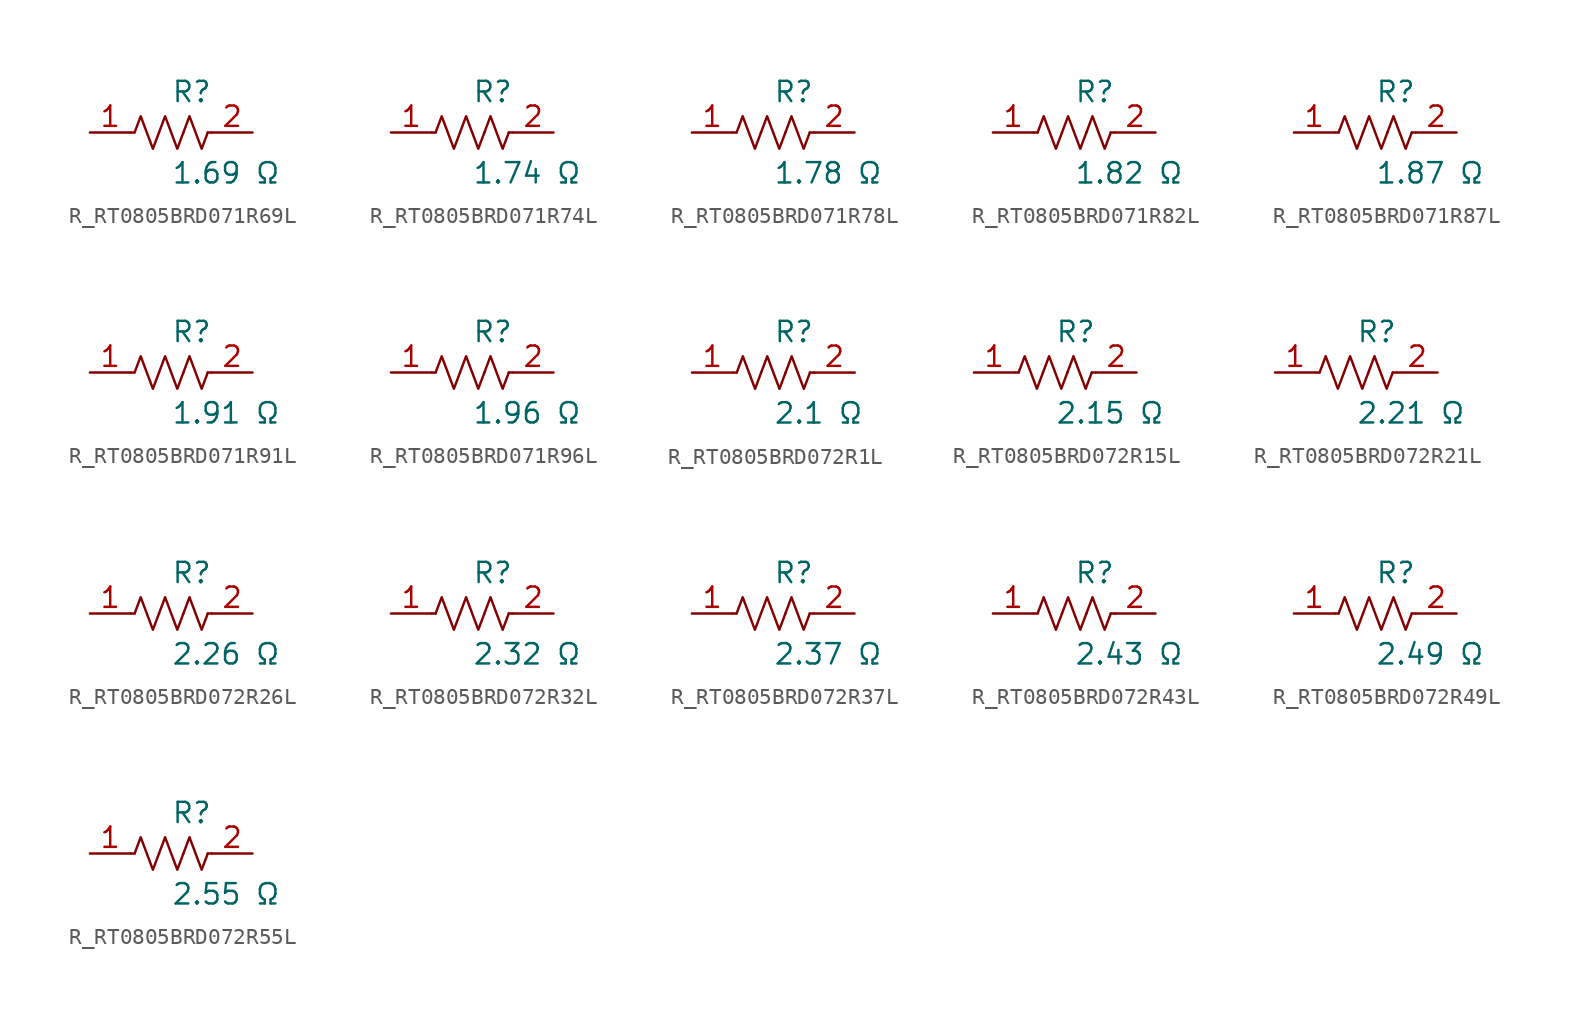
<source format=kicad_sym>
(kicad_symbol_lib
  (version 20231120)
  (generator kicad_symbol_editor)
  (generator_version 8.0)
  (symbol "R_RT0805BRD071R69L"
    (pin_names
      (offset 0.254))
    (property "Reference" "R"
      (at 0.0 2.54 0)
      (effects (font (size 1.27 1.27)) (justify left)))
    (property "Value" "1.69 Ω"
      (at 0.0 -2.54 0)
      (effects (font (size 1.27 1.27)) (justify left)))
    (symbol "R_RT0805BRD071R69L_0_1"
      (polyline (pts (xy 2.286 0) (xy 2.54 0)) (stroke (width 0) (type default)) (fill (type none)))
      (polyline (pts (xy -2.286 0) (xy -2.54 0)) (stroke (width 0) (type default)) (fill (type none)))
      (polyline (pts (xy 0.762 0) (xy 1.143 1.016) (xy 1.524 0) (xy 1.905 -1.016) (xy 2.286 0)) (stroke (width 0) (type default)) (fill (type none)))
      (polyline (pts (xy -0.762 0) (xy -0.381 1.016) (xy 0 0) (xy 0.381 -1.016) (xy 0.762 0)) (stroke (width 0) (type default)) (fill (type none)))
      (polyline (pts (xy -2.286 0) (xy -1.905 1.016) (xy -1.524 0) (xy -1.143 -1.016) (xy -0.762 0)) (stroke (width 0) (type default)) (fill (type none))))
    (pin unspecified line
      (at -5.08 0 0)
      (length 2.54)
      (name "" (effects (font (size 1.27 1.27))))
      (number "1" (effects (font (size 1.27 1.27)))))
    (pin unspecified line
      (at 5.08 0 180)
      (length 2.54)
      (name "" (effects (font (size 1.27 1.27))))
      (number "2" (effects (font (size 1.27 1.27))))))
  (symbol "R_RT0805BRD071R74L"
    (pin_names
      (offset 0.254))
    (property "Reference" "R"
      (at 0.0 2.54 0)
      (effects (font (size 1.27 1.27)) (justify left)))
    (property "Value" "1.74 Ω"
      (at 0.0 -2.54 0)
      (effects (font (size 1.27 1.27)) (justify left)))
    (symbol "R_RT0805BRD071R74L_0_1"
      (polyline (pts (xy 2.286 0) (xy 2.54 0)) (stroke (width 0) (type default)) (fill (type none)))
      (polyline (pts (xy -2.286 0) (xy -2.54 0)) (stroke (width 0) (type default)) (fill (type none)))
      (polyline (pts (xy 0.762 0) (xy 1.143 1.016) (xy 1.524 0) (xy 1.905 -1.016) (xy 2.286 0)) (stroke (width 0) (type default)) (fill (type none)))
      (polyline (pts (xy -0.762 0) (xy -0.381 1.016) (xy 0 0) (xy 0.381 -1.016) (xy 0.762 0)) (stroke (width 0) (type default)) (fill (type none)))
      (polyline (pts (xy -2.286 0) (xy -1.905 1.016) (xy -1.524 0) (xy -1.143 -1.016) (xy -0.762 0)) (stroke (width 0) (type default)) (fill (type none))))
    (pin unspecified line
      (at -5.08 0 0)
      (length 2.54)
      (name "" (effects (font (size 1.27 1.27))))
      (number "1" (effects (font (size 1.27 1.27)))))
    (pin unspecified line
      (at 5.08 0 180)
      (length 2.54)
      (name "" (effects (font (size 1.27 1.27))))
      (number "2" (effects (font (size 1.27 1.27))))))
  (symbol "R_RT0805BRD071R78L"
    (pin_names
      (offset 0.254))
    (property "Reference" "R"
      (at 0.0 2.54 0)
      (effects (font (size 1.27 1.27)) (justify left)))
    (property "Value" "1.78 Ω"
      (at 0.0 -2.54 0)
      (effects (font (size 1.27 1.27)) (justify left)))
    (symbol "R_RT0805BRD071R78L_0_1"
      (polyline (pts (xy 2.286 0) (xy 2.54 0)) (stroke (width 0) (type default)) (fill (type none)))
      (polyline (pts (xy -2.286 0) (xy -2.54 0)) (stroke (width 0) (type default)) (fill (type none)))
      (polyline (pts (xy 0.762 0) (xy 1.143 1.016) (xy 1.524 0) (xy 1.905 -1.016) (xy 2.286 0)) (stroke (width 0) (type default)) (fill (type none)))
      (polyline (pts (xy -0.762 0) (xy -0.381 1.016) (xy 0 0) (xy 0.381 -1.016) (xy 0.762 0)) (stroke (width 0) (type default)) (fill (type none)))
      (polyline (pts (xy -2.286 0) (xy -1.905 1.016) (xy -1.524 0) (xy -1.143 -1.016) (xy -0.762 0)) (stroke (width 0) (type default)) (fill (type none))))
    (pin unspecified line
      (at -5.08 0 0)
      (length 2.54)
      (name "" (effects (font (size 1.27 1.27))))
      (number "1" (effects (font (size 1.27 1.27)))))
    (pin unspecified line
      (at 5.08 0 180)
      (length 2.54)
      (name "" (effects (font (size 1.27 1.27))))
      (number "2" (effects (font (size 1.27 1.27))))))
  (symbol "R_RT0805BRD071R82L"
    (pin_names
      (offset 0.254))
    (property "Reference" "R"
      (at 0.0 2.54 0)
      (effects (font (size 1.27 1.27)) (justify left)))
    (property "Value" "1.82 Ω"
      (at 0.0 -2.54 0)
      (effects (font (size 1.27 1.27)) (justify left)))
    (symbol "R_RT0805BRD071R82L_0_1"
      (polyline (pts (xy 2.286 0) (xy 2.54 0)) (stroke (width 0) (type default)) (fill (type none)))
      (polyline (pts (xy -2.286 0) (xy -2.54 0)) (stroke (width 0) (type default)) (fill (type none)))
      (polyline (pts (xy 0.762 0) (xy 1.143 1.016) (xy 1.524 0) (xy 1.905 -1.016) (xy 2.286 0)) (stroke (width 0) (type default)) (fill (type none)))
      (polyline (pts (xy -0.762 0) (xy -0.381 1.016) (xy 0 0) (xy 0.381 -1.016) (xy 0.762 0)) (stroke (width 0) (type default)) (fill (type none)))
      (polyline (pts (xy -2.286 0) (xy -1.905 1.016) (xy -1.524 0) (xy -1.143 -1.016) (xy -0.762 0)) (stroke (width 0) (type default)) (fill (type none))))
    (pin unspecified line
      (at -5.08 0 0)
      (length 2.54)
      (name "" (effects (font (size 1.27 1.27))))
      (number "1" (effects (font (size 1.27 1.27)))))
    (pin unspecified line
      (at 5.08 0 180)
      (length 2.54)
      (name "" (effects (font (size 1.27 1.27))))
      (number "2" (effects (font (size 1.27 1.27))))))
  (symbol "R_RT0805BRD071R87L"
    (pin_names
      (offset 0.254))
    (property "Reference" "R"
      (at 0.0 2.54 0)
      (effects (font (size 1.27 1.27)) (justify left)))
    (property "Value" "1.87 Ω"
      (at 0.0 -2.54 0)
      (effects (font (size 1.27 1.27)) (justify left)))
    (symbol "R_RT0805BRD071R87L_0_1"
      (polyline (pts (xy 2.286 0) (xy 2.54 0)) (stroke (width 0) (type default)) (fill (type none)))
      (polyline (pts (xy -2.286 0) (xy -2.54 0)) (stroke (width 0) (type default)) (fill (type none)))
      (polyline (pts (xy 0.762 0) (xy 1.143 1.016) (xy 1.524 0) (xy 1.905 -1.016) (xy 2.286 0)) (stroke (width 0) (type default)) (fill (type none)))
      (polyline (pts (xy -0.762 0) (xy -0.381 1.016) (xy 0 0) (xy 0.381 -1.016) (xy 0.762 0)) (stroke (width 0) (type default)) (fill (type none)))
      (polyline (pts (xy -2.286 0) (xy -1.905 1.016) (xy -1.524 0) (xy -1.143 -1.016) (xy -0.762 0)) (stroke (width 0) (type default)) (fill (type none))))
    (pin unspecified line
      (at -5.08 0 0)
      (length 2.54)
      (name "" (effects (font (size 1.27 1.27))))
      (number "1" (effects (font (size 1.27 1.27)))))
    (pin unspecified line
      (at 5.08 0 180)
      (length 2.54)
      (name "" (effects (font (size 1.27 1.27))))
      (number "2" (effects (font (size 1.27 1.27))))))
  (symbol "R_RT0805BRD071R91L"
    (pin_names
      (offset 0.254))
    (property "Reference" "R"
      (at 0.0 2.54 0)
      (effects (font (size 1.27 1.27)) (justify left)))
    (property "Value" "1.91 Ω"
      (at 0.0 -2.54 0)
      (effects (font (size 1.27 1.27)) (justify left)))
    (symbol "R_RT0805BRD071R91L_0_1"
      (polyline (pts (xy 2.286 0) (xy 2.54 0)) (stroke (width 0) (type default)) (fill (type none)))
      (polyline (pts (xy -2.286 0) (xy -2.54 0)) (stroke (width 0) (type default)) (fill (type none)))
      (polyline (pts (xy 0.762 0) (xy 1.143 1.016) (xy 1.524 0) (xy 1.905 -1.016) (xy 2.286 0)) (stroke (width 0) (type default)) (fill (type none)))
      (polyline (pts (xy -0.762 0) (xy -0.381 1.016) (xy 0 0) (xy 0.381 -1.016) (xy 0.762 0)) (stroke (width 0) (type default)) (fill (type none)))
      (polyline (pts (xy -2.286 0) (xy -1.905 1.016) (xy -1.524 0) (xy -1.143 -1.016) (xy -0.762 0)) (stroke (width 0) (type default)) (fill (type none))))
    (pin unspecified line
      (at -5.08 0 0)
      (length 2.54)
      (name "" (effects (font (size 1.27 1.27))))
      (number "1" (effects (font (size 1.27 1.27)))))
    (pin unspecified line
      (at 5.08 0 180)
      (length 2.54)
      (name "" (effects (font (size 1.27 1.27))))
      (number "2" (effects (font (size 1.27 1.27))))))
  (symbol "R_RT0805BRD071R96L"
    (pin_names
      (offset 0.254))
    (property "Reference" "R"
      (at 0.0 2.54 0)
      (effects (font (size 1.27 1.27)) (justify left)))
    (property "Value" "1.96 Ω"
      (at 0.0 -2.54 0)
      (effects (font (size 1.27 1.27)) (justify left)))
    (symbol "R_RT0805BRD071R96L_0_1"
      (polyline (pts (xy 2.286 0) (xy 2.54 0)) (stroke (width 0) (type default)) (fill (type none)))
      (polyline (pts (xy -2.286 0) (xy -2.54 0)) (stroke (width 0) (type default)) (fill (type none)))
      (polyline (pts (xy 0.762 0) (xy 1.143 1.016) (xy 1.524 0) (xy 1.905 -1.016) (xy 2.286 0)) (stroke (width 0) (type default)) (fill (type none)))
      (polyline (pts (xy -0.762 0) (xy -0.381 1.016) (xy 0 0) (xy 0.381 -1.016) (xy 0.762 0)) (stroke (width 0) (type default)) (fill (type none)))
      (polyline (pts (xy -2.286 0) (xy -1.905 1.016) (xy -1.524 0) (xy -1.143 -1.016) (xy -0.762 0)) (stroke (width 0) (type default)) (fill (type none))))
    (pin unspecified line
      (at -5.08 0 0)
      (length 2.54)
      (name "" (effects (font (size 1.27 1.27))))
      (number "1" (effects (font (size 1.27 1.27)))))
    (pin unspecified line
      (at 5.08 0 180)
      (length 2.54)
      (name "" (effects (font (size 1.27 1.27))))
      (number "2" (effects (font (size 1.27 1.27))))))
  (symbol "R_RT0805BRD072R1L"
    (pin_names
      (offset 0.254))
    (property "Reference" "R"
      (at 0.0 2.54 0)
      (effects (font (size 1.27 1.27)) (justify left)))
    (property "Value" "2.1 Ω"
      (at 0.0 -2.54 0)
      (effects (font (size 1.27 1.27)) (justify left)))
    (symbol "R_RT0805BRD072R1L_0_1"
      (polyline (pts (xy 2.286 0) (xy 2.54 0)) (stroke (width 0) (type default)) (fill (type none)))
      (polyline (pts (xy -2.286 0) (xy -2.54 0)) (stroke (width 0) (type default)) (fill (type none)))
      (polyline (pts (xy 0.762 0) (xy 1.143 1.016) (xy 1.524 0) (xy 1.905 -1.016) (xy 2.286 0)) (stroke (width 0) (type default)) (fill (type none)))
      (polyline (pts (xy -0.762 0) (xy -0.381 1.016) (xy 0 0) (xy 0.381 -1.016) (xy 0.762 0)) (stroke (width 0) (type default)) (fill (type none)))
      (polyline (pts (xy -2.286 0) (xy -1.905 1.016) (xy -1.524 0) (xy -1.143 -1.016) (xy -0.762 0)) (stroke (width 0) (type default)) (fill (type none))))
    (pin unspecified line
      (at -5.08 0 0)
      (length 2.54)
      (name "" (effects (font (size 1.27 1.27))))
      (number "1" (effects (font (size 1.27 1.27)))))
    (pin unspecified line
      (at 5.08 0 180)
      (length 2.54)
      (name "" (effects (font (size 1.27 1.27))))
      (number "2" (effects (font (size 1.27 1.27))))))
  (symbol "R_RT0805BRD072R15L"
    (pin_names
      (offset 0.254))
    (property "Reference" "R"
      (at 0.0 2.54 0)
      (effects (font (size 1.27 1.27)) (justify left)))
    (property "Value" "2.15 Ω"
      (at 0.0 -2.54 0)
      (effects (font (size 1.27 1.27)) (justify left)))
    (symbol "R_RT0805BRD072R15L_0_1"
      (polyline (pts (xy 2.286 0) (xy 2.54 0)) (stroke (width 0) (type default)) (fill (type none)))
      (polyline (pts (xy -2.286 0) (xy -2.54 0)) (stroke (width 0) (type default)) (fill (type none)))
      (polyline (pts (xy 0.762 0) (xy 1.143 1.016) (xy 1.524 0) (xy 1.905 -1.016) (xy 2.286 0)) (stroke (width 0) (type default)) (fill (type none)))
      (polyline (pts (xy -0.762 0) (xy -0.381 1.016) (xy 0 0) (xy 0.381 -1.016) (xy 0.762 0)) (stroke (width 0) (type default)) (fill (type none)))
      (polyline (pts (xy -2.286 0) (xy -1.905 1.016) (xy -1.524 0) (xy -1.143 -1.016) (xy -0.762 0)) (stroke (width 0) (type default)) (fill (type none))))
    (pin unspecified line
      (at -5.08 0 0)
      (length 2.54)
      (name "" (effects (font (size 1.27 1.27))))
      (number "1" (effects (font (size 1.27 1.27)))))
    (pin unspecified line
      (at 5.08 0 180)
      (length 2.54)
      (name "" (effects (font (size 1.27 1.27))))
      (number "2" (effects (font (size 1.27 1.27))))))
  (symbol "R_RT0805BRD072R21L"
    (pin_names
      (offset 0.254))
    (property "Reference" "R"
      (at 0.0 2.54 0)
      (effects (font (size 1.27 1.27)) (justify left)))
    (property "Value" "2.21 Ω"
      (at 0.0 -2.54 0)
      (effects (font (size 1.27 1.27)) (justify left)))
    (symbol "R_RT0805BRD072R21L_0_1"
      (polyline (pts (xy 2.286 0) (xy 2.54 0)) (stroke (width 0) (type default)) (fill (type none)))
      (polyline (pts (xy -2.286 0) (xy -2.54 0)) (stroke (width 0) (type default)) (fill (type none)))
      (polyline (pts (xy 0.762 0) (xy 1.143 1.016) (xy 1.524 0) (xy 1.905 -1.016) (xy 2.286 0)) (stroke (width 0) (type default)) (fill (type none)))
      (polyline (pts (xy -0.762 0) (xy -0.381 1.016) (xy 0 0) (xy 0.381 -1.016) (xy 0.762 0)) (stroke (width 0) (type default)) (fill (type none)))
      (polyline (pts (xy -2.286 0) (xy -1.905 1.016) (xy -1.524 0) (xy -1.143 -1.016) (xy -0.762 0)) (stroke (width 0) (type default)) (fill (type none))))
    (pin unspecified line
      (at -5.08 0 0)
      (length 2.54)
      (name "" (effects (font (size 1.27 1.27))))
      (number "1" (effects (font (size 1.27 1.27)))))
    (pin unspecified line
      (at 5.08 0 180)
      (length 2.54)
      (name "" (effects (font (size 1.27 1.27))))
      (number "2" (effects (font (size 1.27 1.27))))))
  (symbol "R_RT0805BRD072R26L"
    (pin_names
      (offset 0.254))
    (property "Reference" "R"
      (at 0.0 2.54 0)
      (effects (font (size 1.27 1.27)) (justify left)))
    (property "Value" "2.26 Ω"
      (at 0.0 -2.54 0)
      (effects (font (size 1.27 1.27)) (justify left)))
    (symbol "R_RT0805BRD072R26L_0_1"
      (polyline (pts (xy 2.286 0) (xy 2.54 0)) (stroke (width 0) (type default)) (fill (type none)))
      (polyline (pts (xy -2.286 0) (xy -2.54 0)) (stroke (width 0) (type default)) (fill (type none)))
      (polyline (pts (xy 0.762 0) (xy 1.143 1.016) (xy 1.524 0) (xy 1.905 -1.016) (xy 2.286 0)) (stroke (width 0) (type default)) (fill (type none)))
      (polyline (pts (xy -0.762 0) (xy -0.381 1.016) (xy 0 0) (xy 0.381 -1.016) (xy 0.762 0)) (stroke (width 0) (type default)) (fill (type none)))
      (polyline (pts (xy -2.286 0) (xy -1.905 1.016) (xy -1.524 0) (xy -1.143 -1.016) (xy -0.762 0)) (stroke (width 0) (type default)) (fill (type none))))
    (pin unspecified line
      (at -5.08 0 0)
      (length 2.54)
      (name "" (effects (font (size 1.27 1.27))))
      (number "1" (effects (font (size 1.27 1.27)))))
    (pin unspecified line
      (at 5.08 0 180)
      (length 2.54)
      (name "" (effects (font (size 1.27 1.27))))
      (number "2" (effects (font (size 1.27 1.27))))))
  (symbol "R_RT0805BRD072R32L"
    (pin_names
      (offset 0.254))
    (property "Reference" "R"
      (at 0.0 2.54 0)
      (effects (font (size 1.27 1.27)) (justify left)))
    (property "Value" "2.32 Ω"
      (at 0.0 -2.54 0)
      (effects (font (size 1.27 1.27)) (justify left)))
    (symbol "R_RT0805BRD072R32L_0_1"
      (polyline (pts (xy 2.286 0) (xy 2.54 0)) (stroke (width 0) (type default)) (fill (type none)))
      (polyline (pts (xy -2.286 0) (xy -2.54 0)) (stroke (width 0) (type default)) (fill (type none)))
      (polyline (pts (xy 0.762 0) (xy 1.143 1.016) (xy 1.524 0) (xy 1.905 -1.016) (xy 2.286 0)) (stroke (width 0) (type default)) (fill (type none)))
      (polyline (pts (xy -0.762 0) (xy -0.381 1.016) (xy 0 0) (xy 0.381 -1.016) (xy 0.762 0)) (stroke (width 0) (type default)) (fill (type none)))
      (polyline (pts (xy -2.286 0) (xy -1.905 1.016) (xy -1.524 0) (xy -1.143 -1.016) (xy -0.762 0)) (stroke (width 0) (type default)) (fill (type none))))
    (pin unspecified line
      (at -5.08 0 0)
      (length 2.54)
      (name "" (effects (font (size 1.27 1.27))))
      (number "1" (effects (font (size 1.27 1.27)))))
    (pin unspecified line
      (at 5.08 0 180)
      (length 2.54)
      (name "" (effects (font (size 1.27 1.27))))
      (number "2" (effects (font (size 1.27 1.27))))))
  (symbol "R_RT0805BRD072R37L"
    (pin_names
      (offset 0.254))
    (property "Reference" "R"
      (at 0.0 2.54 0)
      (effects (font (size 1.27 1.27)) (justify left)))
    (property "Value" "2.37 Ω"
      (at 0.0 -2.54 0)
      (effects (font (size 1.27 1.27)) (justify left)))
    (symbol "R_RT0805BRD072R37L_0_1"
      (polyline (pts (xy 2.286 0) (xy 2.54 0)) (stroke (width 0) (type default)) (fill (type none)))
      (polyline (pts (xy -2.286 0) (xy -2.54 0)) (stroke (width 0) (type default)) (fill (type none)))
      (polyline (pts (xy 0.762 0) (xy 1.143 1.016) (xy 1.524 0) (xy 1.905 -1.016) (xy 2.286 0)) (stroke (width 0) (type default)) (fill (type none)))
      (polyline (pts (xy -0.762 0) (xy -0.381 1.016) (xy 0 0) (xy 0.381 -1.016) (xy 0.762 0)) (stroke (width 0) (type default)) (fill (type none)))
      (polyline (pts (xy -2.286 0) (xy -1.905 1.016) (xy -1.524 0) (xy -1.143 -1.016) (xy -0.762 0)) (stroke (width 0) (type default)) (fill (type none))))
    (pin unspecified line
      (at -5.08 0 0)
      (length 2.54)
      (name "" (effects (font (size 1.27 1.27))))
      (number "1" (effects (font (size 1.27 1.27)))))
    (pin unspecified line
      (at 5.08 0 180)
      (length 2.54)
      (name "" (effects (font (size 1.27 1.27))))
      (number "2" (effects (font (size 1.27 1.27))))))
  (symbol "R_RT0805BRD072R43L"
    (pin_names
      (offset 0.254))
    (property "Reference" "R"
      (at 0.0 2.54 0)
      (effects (font (size 1.27 1.27)) (justify left)))
    (property "Value" "2.43 Ω"
      (at 0.0 -2.54 0)
      (effects (font (size 1.27 1.27)) (justify left)))
    (symbol "R_RT0805BRD072R43L_0_1"
      (polyline (pts (xy 2.286 0) (xy 2.54 0)) (stroke (width 0) (type default)) (fill (type none)))
      (polyline (pts (xy -2.286 0) (xy -2.54 0)) (stroke (width 0) (type default)) (fill (type none)))
      (polyline (pts (xy 0.762 0) (xy 1.143 1.016) (xy 1.524 0) (xy 1.905 -1.016) (xy 2.286 0)) (stroke (width 0) (type default)) (fill (type none)))
      (polyline (pts (xy -0.762 0) (xy -0.381 1.016) (xy 0 0) (xy 0.381 -1.016) (xy 0.762 0)) (stroke (width 0) (type default)) (fill (type none)))
      (polyline (pts (xy -2.286 0) (xy -1.905 1.016) (xy -1.524 0) (xy -1.143 -1.016) (xy -0.762 0)) (stroke (width 0) (type default)) (fill (type none))))
    (pin unspecified line
      (at -5.08 0 0)
      (length 2.54)
      (name "" (effects (font (size 1.27 1.27))))
      (number "1" (effects (font (size 1.27 1.27)))))
    (pin unspecified line
      (at 5.08 0 180)
      (length 2.54)
      (name "" (effects (font (size 1.27 1.27))))
      (number "2" (effects (font (size 1.27 1.27))))))
  (symbol "R_RT0805BRD072R49L"
    (pin_names
      (offset 0.254))
    (property "Reference" "R"
      (at 0.0 2.54 0)
      (effects (font (size 1.27 1.27)) (justify left)))
    (property "Value" "2.49 Ω"
      (at 0.0 -2.54 0)
      (effects (font (size 1.27 1.27)) (justify left)))
    (symbol "R_RT0805BRD072R49L_0_1"
      (polyline (pts (xy 2.286 0) (xy 2.54 0)) (stroke (width 0) (type default)) (fill (type none)))
      (polyline (pts (xy -2.286 0) (xy -2.54 0)) (stroke (width 0) (type default)) (fill (type none)))
      (polyline (pts (xy 0.762 0) (xy 1.143 1.016) (xy 1.524 0) (xy 1.905 -1.016) (xy 2.286 0)) (stroke (width 0) (type default)) (fill (type none)))
      (polyline (pts (xy -0.762 0) (xy -0.381 1.016) (xy 0 0) (xy 0.381 -1.016) (xy 0.762 0)) (stroke (width 0) (type default)) (fill (type none)))
      (polyline (pts (xy -2.286 0) (xy -1.905 1.016) (xy -1.524 0) (xy -1.143 -1.016) (xy -0.762 0)) (stroke (width 0) (type default)) (fill (type none))))
    (pin unspecified line
      (at -5.08 0 0)
      (length 2.54)
      (name "" (effects (font (size 1.27 1.27))))
      (number "1" (effects (font (size 1.27 1.27)))))
    (pin unspecified line
      (at 5.08 0 180)
      (length 2.54)
      (name "" (effects (font (size 1.27 1.27))))
      (number "2" (effects (font (size 1.27 1.27))))))
  (symbol "R_RT0805BRD072R55L"
    (pin_names
      (offset 0.254))
    (property "Reference" "R"
      (at 0.0 2.54 0)
      (effects (font (size 1.27 1.27)) (justify left)))
    (property "Value" "2.55 Ω"
      (at 0.0 -2.54 0)
      (effects (font (size 1.27 1.27)) (justify left)))
    (symbol "R_RT0805BRD072R55L_0_1"
      (polyline (pts (xy 2.286 0) (xy 2.54 0)) (stroke (width 0) (type default)) (fill (type none)))
      (polyline (pts (xy -2.286 0) (xy -2.54 0)) (stroke (width 0) (type default)) (fill (type none)))
      (polyline (pts (xy 0.762 0) (xy 1.143 1.016) (xy 1.524 0) (xy 1.905 -1.016) (xy 2.286 0)) (stroke (width 0) (type default)) (fill (type none)))
      (polyline (pts (xy -0.762 0) (xy -0.381 1.016) (xy 0 0) (xy 0.381 -1.016) (xy 0.762 0)) (stroke (width 0) (type default)) (fill (type none)))
      (polyline (pts (xy -2.286 0) (xy -1.905 1.016) (xy -1.524 0) (xy -1.143 -1.016) (xy -0.762 0)) (stroke (width 0) (type default)) (fill (type none))))
    (pin unspecified line
      (at -5.08 0 0)
      (length 2.54)
      (name "" (effects (font (size 1.27 1.27))))
      (number "1" (effects (font (size 1.27 1.27)))))
    (pin unspecified line
      (at 5.08 0 180)
      (length 2.54)
      (name "" (effects (font (size 1.27 1.27))))
      (number "2" (effects (font (size 1.27 1.27)))))))
</source>
